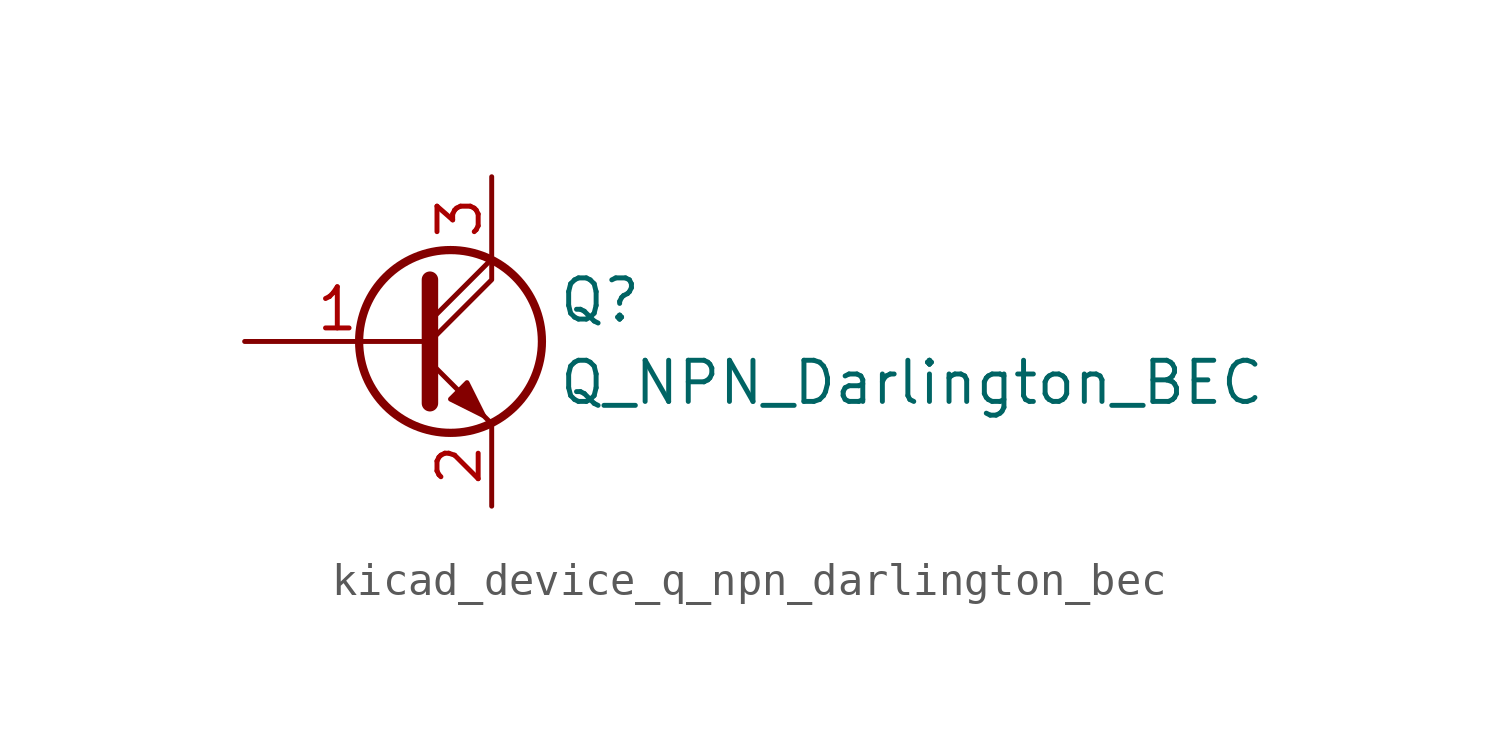
<source format=kicad_sym>
(kicad_symbol_lib
  (version 20220914)
  (generator kicad_symbol_editor)
  (symbol "kicad_device_q_npn_darlington_bec"
    (pin_names
      (offset 0) hide)
    (property "Reference" "Q"
      (at 4.572 1.27 0)
      (effects (font (size 1.27 1.27)) (justify left)))
    (property "Value" "Q_NPN_Darlington_BEC"
      (at 4.572 -1.27 0)
      (effects (font (size 1.27 1.27)) (justify left)))
    (symbol "kicad_device_q_npn_darlington_bec_0_1"
      (polyline (pts (xy 0.635 0.635) (xy 2.54 2.54)) (stroke (width 0) (type default)) (fill (type none)))
      (polyline (pts (xy 0.635 -0.635) (xy 2.54 -2.54) (xy 2.54 -2.54)) (stroke (width 0) (type default)) (fill (type none)))
      (polyline (pts (xy 0.635 0) (xy 2.54 1.905) (xy 2.54 2.54)) (stroke (width 0) (type default)) (fill (type none)))
      (polyline (pts (xy 0.635 1.905) (xy 0.635 -1.905) (xy 0.635 -1.905)) (stroke (width 0.508) (type default)) (fill (type none)))
      (polyline (pts (xy 1.27 -1.778) (xy 1.778 -1.27) (xy 2.286 -2.286) (xy 1.27 -1.778) (xy 1.27 -1.778)) (stroke (width 0) (type default)) (fill (type outline)))
      (circle (center 1.27 0) (radius 2.819) (stroke (width 0.254) (type default)) (fill (type none))))
    (symbol "kicad_device_q_npn_darlington_bec_1_1"
      (pin input line (at -5.08 0 0) (length 5.715) (name "B" (effects (font (size 1.27 1.27)))) (number "1" (effects (font (size 1.27 1.27)))))
      (pin passive line (at 2.54 -5.08 90) (length 2.54) (name "E" (effects (font (size 1.27 1.27)))) (number "2" (effects (font (size 1.27 1.27)))))
      (pin passive line (at 2.54 5.08 270) (length 2.54) (name "C" (effects (font (size 1.27 1.27)))) (number "3" (effects (font (size 1.27 1.27))))))))
</source>
